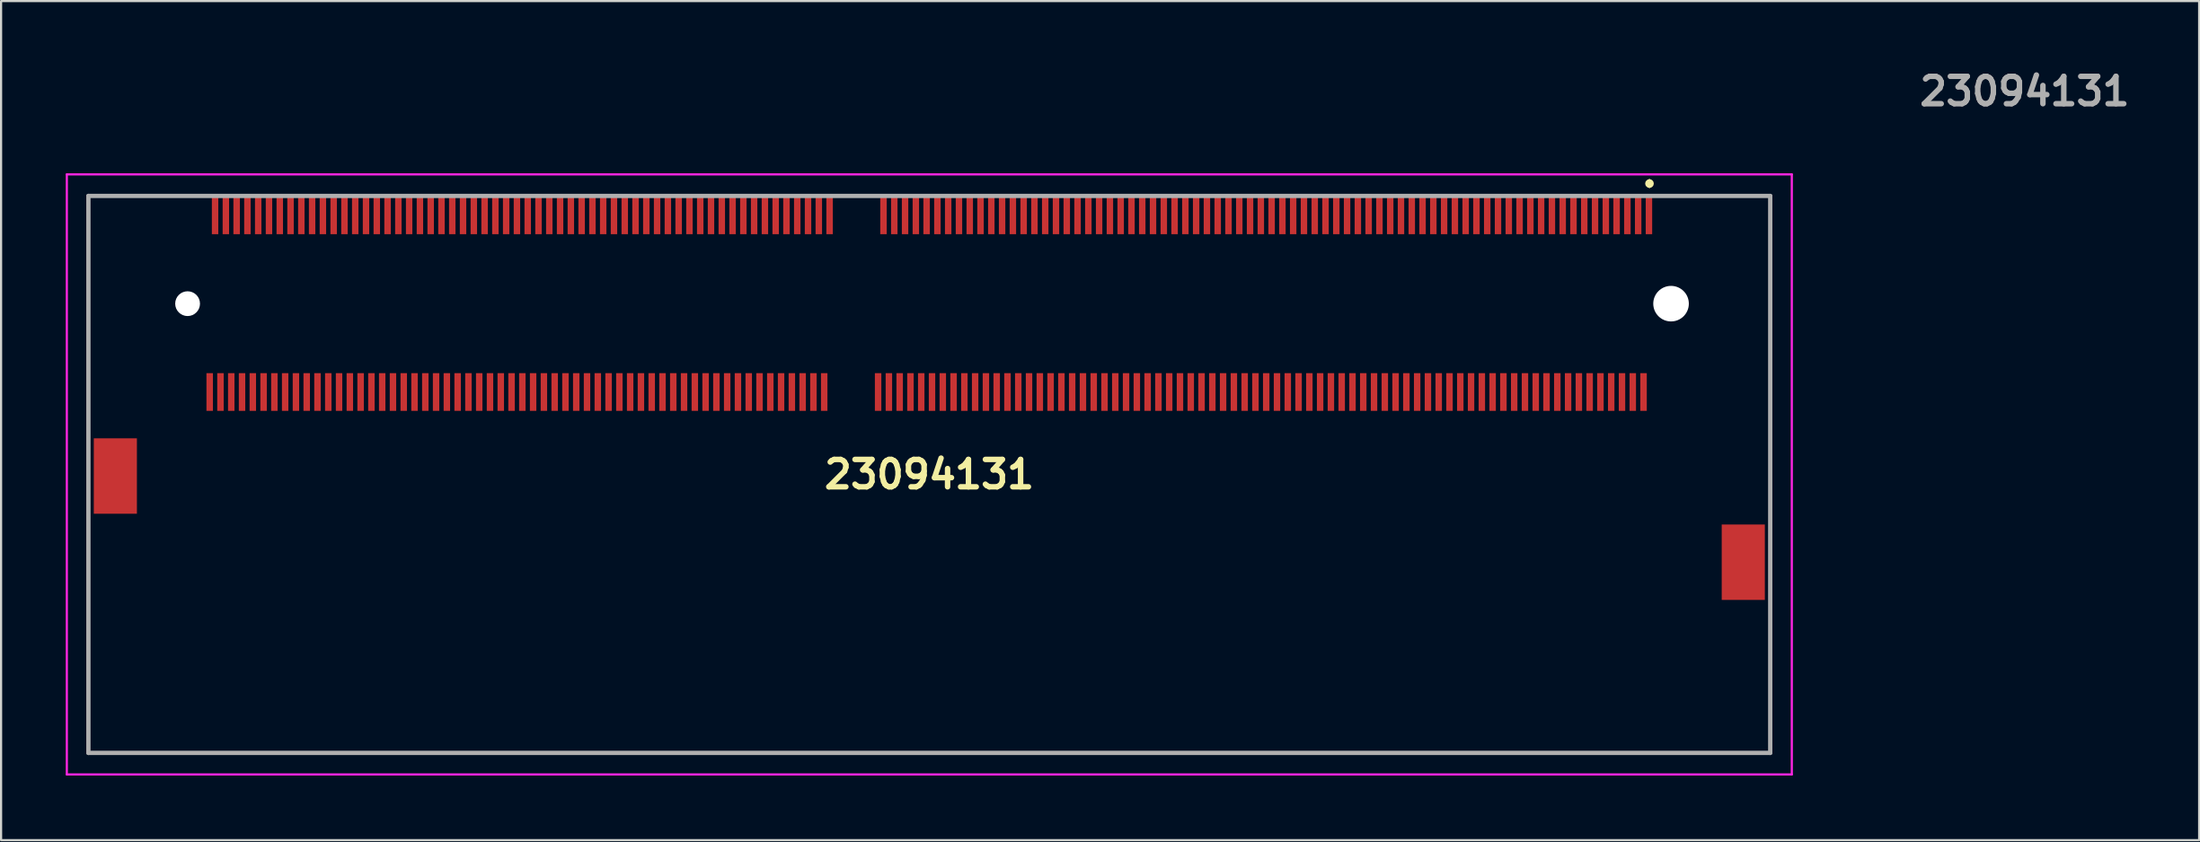
<source format=kicad_pcb>
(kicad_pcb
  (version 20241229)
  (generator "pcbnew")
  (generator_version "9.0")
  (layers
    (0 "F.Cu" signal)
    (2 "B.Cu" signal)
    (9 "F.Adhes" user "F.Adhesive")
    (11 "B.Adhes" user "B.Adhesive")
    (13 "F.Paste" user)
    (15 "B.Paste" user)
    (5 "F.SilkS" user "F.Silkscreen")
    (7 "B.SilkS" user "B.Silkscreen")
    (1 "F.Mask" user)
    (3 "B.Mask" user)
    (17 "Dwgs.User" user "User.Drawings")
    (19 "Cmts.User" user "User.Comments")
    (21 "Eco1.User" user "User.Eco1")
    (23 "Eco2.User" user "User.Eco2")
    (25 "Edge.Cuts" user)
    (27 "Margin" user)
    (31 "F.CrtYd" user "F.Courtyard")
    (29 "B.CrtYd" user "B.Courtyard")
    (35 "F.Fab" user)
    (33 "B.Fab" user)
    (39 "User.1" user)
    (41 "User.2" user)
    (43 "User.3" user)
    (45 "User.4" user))
  (footprint "23094131"
    (layer "F.Cu")
    (at 40.05 18.969)
    (property "Reference" "23094131" (at 0 0 0) (layer "F.SilkS") (effects (font (size 1.27 1.27) (thickness 0.254))))
    (attr through_hole)
    (fp_line (start -39 -12.925) (end -39 -2.925) (stroke (width 0.1) (type solid)) (layer "F.SilkS"))
    (fp_line (start -39 3.075) (end -39 12.925) (stroke (width 0.1) (type solid)) (layer "F.SilkS"))
    (fp_line (start -39 12.925) (end 39 12.925) (stroke (width 0.1) (type solid)) (layer "F.SilkS"))
    (fp_line (start -35 -12.925) (end -39 -12.925) (stroke (width 0.1) (type solid)) (layer "F.SilkS"))
    (fp_line (start 33.4 -13.6) (end 33.4 -13.6) (stroke (width 0.2) (type solid)) (layer "F.SilkS"))
    (fp_line (start 33.4 -13.4) (end 33.4 -13.4) (stroke (width 0.2) (type solid)) (layer "F.SilkS"))
    (fp_line (start 39 -12.925) (end 35 -12.925) (stroke (width 0.1) (type solid)) (layer "F.SilkS"))
    (fp_line (start 39 1.075) (end 39 -12.925) (stroke (width 0.1) (type solid)) (layer "F.SilkS"))
    (fp_line (start 39 12.925) (end 39 7.075) (stroke (width 0.1) (type solid)) (layer "F.SilkS"))
    (fp_arc (start 33.4 -13.6) (mid 33.5 -13.5) (end 33.4 -13.4) (stroke (width 0.2) (type solid)) (layer "F.SilkS"))
    (fp_arc (start 33.4 -13.4) (mid 33.3 -13.5) (end 33.4 -13.6) (stroke (width 0.2) (type solid)) (layer "F.SilkS"))
    (fp_line (start -40 -13.925) (end 40 -13.925) (stroke (width 0.1) (type solid)) (layer "F.CrtYd"))
    (fp_line (start -40 13.925) (end -40 -13.925) (stroke (width 0.1) (type solid)) (layer "F.CrtYd"))
    (fp_line (start 40 -13.925) (end 40 13.925) (stroke (width 0.1) (type solid)) (layer "F.CrtYd"))
    (fp_line (start 40 13.925) (end -40 13.925) (stroke (width 0.1) (type solid)) (layer "F.CrtYd"))
    (fp_line (start -39 -12.925) (end 39 -12.925) (stroke (width 0.2) (type solid)) (layer "F.Fab"))
    (fp_line (start -39 12.925) (end -39 -12.925) (stroke (width 0.2) (type solid)) (layer "F.Fab"))
    (fp_line (start 39 -12.925) (end 39 12.925) (stroke (width 0.2) (type solid)) (layer "F.Fab"))
    (fp_line (start 39 12.925) (end -39 12.925) (stroke (width 0.2) (type solid)) (layer "F.Fab"))
    (fp_text user "${REFERENCE}" (at 50.8 -17.78 0) (layer "F.Fab") (effects (font (size 1.27 1.27) (thickness 0.254))))
    (pad "" np_thru_hole circle (at -34.4 -7.925) (size 1.15 1.15) (drill 1.15) (layers "*.Cu" "*.Mask"))
    (pad "" np_thru_hole circle (at 34.4 -7.925) (size 1.65 1.65) (drill 1.65) (layers "*.Cu" "*.Mask"))
    (pad "1" smd rect (at 33.375 -12.025) (size 0.3 1.75) (layers "F.Cu" "F.Mask" "F.Paste"))
    (pad "2" smd rect (at 33.125 -3.825) (size 0.3 1.75) (layers "F.Cu" "F.Mask" "F.Paste"))
    (pad "3" smd rect (at 32.875 -12.025) (size 0.3 1.75) (layers "F.Cu" "F.Mask" "F.Paste"))
    (pad "4" smd rect (at 32.625 -3.825) (size 0.3 1.75) (layers "F.Cu" "F.Mask" "F.Paste"))
    (pad "5" smd rect (at 32.375 -12.025) (size 0.3 1.75) (layers "F.Cu" "F.Mask" "F.Paste"))
    (pad "6" smd rect (at 32.125 -3.825) (size 0.3 1.75) (layers "F.Cu" "F.Mask" "F.Paste"))
    (pad "7" smd rect (at 31.875 -12.025) (size 0.3 1.75) (layers "F.Cu" "F.Mask" "F.Paste"))
    (pad "8" smd rect (at 31.625 -3.825) (size 0.3 1.75) (layers "F.Cu" "F.Mask" "F.Paste"))
    (pad "9" smd rect (at 31.375 -12.025) (size 0.3 1.75) (layers "F.Cu" "F.Mask" "F.Paste"))
    (pad "10" smd rect (at 31.125 -3.825) (size 0.3 1.75) (layers "F.Cu" "F.Mask" "F.Paste"))
    (pad "11" smd rect (at 30.875 -12.025) (size 0.3 1.75) (layers "F.Cu" "F.Mask" "F.Paste"))
    (pad "12" smd rect (at 30.625 -3.825) (size 0.3 1.75) (layers "F.Cu" "F.Mask" "F.Paste"))
    (pad "13" smd rect (at 30.375 -12.025) (size 0.3 1.75) (layers "F.Cu" "F.Mask" "F.Paste"))
    (pad "14" smd rect (at 30.125 -3.825) (size 0.3 1.75) (layers "F.Cu" "F.Mask" "F.Paste"))
    (pad "15" smd rect (at 29.875 -12.025) (size 0.3 1.75) (layers "F.Cu" "F.Mask" "F.Paste"))
    (pad "16" smd rect (at 29.625 -3.825) (size 0.3 1.75) (layers "F.Cu" "F.Mask" "F.Paste"))
    (pad "17" smd rect (at 29.375 -12.025) (size 0.3 1.75) (layers "F.Cu" "F.Mask" "F.Paste"))
    (pad "18" smd rect (at 29.125 -3.825) (size 0.3 1.75) (layers "F.Cu" "F.Mask" "F.Paste"))
    (pad "19" smd rect (at 28.875 -12.025) (size 0.3 1.75) (layers "F.Cu" "F.Mask" "F.Paste"))
    (pad "20" smd rect (at 28.625 -3.825) (size 0.3 1.75) (layers "F.Cu" "F.Mask" "F.Paste"))
    (pad "21" smd rect (at 28.375 -12.025) (size 0.3 1.75) (layers "F.Cu" "F.Mask" "F.Paste"))
    (pad "22" smd rect (at 28.125 -3.825) (size 0.3 1.75) (layers "F.Cu" "F.Mask" "F.Paste"))
    (pad "23" smd rect (at 27.875 -12.025) (size 0.3 1.75) (layers "F.Cu" "F.Mask" "F.Paste"))
    (pad "24" smd rect (at 27.625 -3.825) (size 0.3 1.75) (layers "F.Cu" "F.Mask" "F.Paste"))
    (pad "25" smd rect (at 27.375 -12.025) (size 0.3 1.75) (layers "F.Cu" "F.Mask" "F.Paste"))
    (pad "26" smd rect (at 27.125 -3.825) (size 0.3 1.75) (layers "F.Cu" "F.Mask" "F.Paste"))
    (pad "27" smd rect (at 26.875 -12.025) (size 0.3 1.75) (layers "F.Cu" "F.Mask" "F.Paste"))
    (pad "28" smd rect (at 26.625 -3.825) (size 0.3 1.75) (layers "F.Cu" "F.Mask" "F.Paste"))
    (pad "29" smd rect (at 26.375 -12.025) (size 0.3 1.75) (layers "F.Cu" "F.Mask" "F.Paste"))
    (pad "30" smd rect (at 26.125 -3.825) (size 0.3 1.75) (layers "F.Cu" "F.Mask" "F.Paste"))
    (pad "31" smd rect (at 25.875 -12.025) (size 0.3 1.75) (layers "F.Cu" "F.Mask" "F.Paste"))
    (pad "32" smd rect (at 25.625 -3.825) (size 0.3 1.75) (layers "F.Cu" "F.Mask" "F.Paste"))
    (pad "33" smd rect (at 25.375 -12.025) (size 0.3 1.75) (layers "F.Cu" "F.Mask" "F.Paste"))
    (pad "34" smd rect (at 25.125 -3.825) (size 0.3 1.75) (layers "F.Cu" "F.Mask" "F.Paste"))
    (pad "35" smd rect (at 24.875 -12.025) (size 0.3 1.75) (layers "F.Cu" "F.Mask" "F.Paste"))
    (pad "36" smd rect (at 24.625 -3.825) (size 0.3 1.75) (layers "F.Cu" "F.Mask" "F.Paste"))
    (pad "37" smd rect (at 24.375 -12.025) (size 0.3 1.75) (layers "F.Cu" "F.Mask" "F.Paste"))
    (pad "38" smd rect (at 24.125 -3.825) (size 0.3 1.75) (layers "F.Cu" "F.Mask" "F.Paste"))
    (pad "39" smd rect (at 23.875 -12.025) (size 0.3 1.75) (layers "F.Cu" "F.Mask" "F.Paste"))
    (pad "40" smd rect (at 23.625 -3.825) (size 0.3 1.75) (layers "F.Cu" "F.Mask" "F.Paste"))
    (pad "41" smd rect (at 23.375 -12.025) (size 0.3 1.75) (layers "F.Cu" "F.Mask" "F.Paste"))
    (pad "42" smd rect (at 23.125 -3.825) (size 0.3 1.75) (layers "F.Cu" "F.Mask" "F.Paste"))
    (pad "43" smd rect (at 22.875 -12.025) (size 0.3 1.75) (layers "F.Cu" "F.Mask" "F.Paste"))
    (pad "44" smd rect (at 22.625 -3.825) (size 0.3 1.75) (layers "F.Cu" "F.Mask" "F.Paste"))
    (pad "45" smd rect (at 22.375 -12.025) (size 0.3 1.75) (layers "F.Cu" "F.Mask" "F.Paste"))
    (pad "46" smd rect (at 22.125 -3.825) (size 0.3 1.75) (layers "F.Cu" "F.Mask" "F.Paste"))
    (pad "47" smd rect (at 21.875 -12.025) (size 0.3 1.75) (layers "F.Cu" "F.Mask" "F.Paste"))
    (pad "48" smd rect (at 21.625 -3.825) (size 0.3 1.75) (layers "F.Cu" "F.Mask" "F.Paste"))
    (pad "49" smd rect (at 21.375 -12.025) (size 0.3 1.75) (layers "F.Cu" "F.Mask" "F.Paste"))
    (pad "50" smd rect (at 21.125 -3.825) (size 0.3 1.75) (layers "F.Cu" "F.Mask" "F.Paste"))
    (pad "51" smd rect (at 20.875 -12.025) (size 0.3 1.75) (layers "F.Cu" "F.Mask" "F.Paste"))
    (pad "52" smd rect (at 20.625 -3.825) (size 0.3 1.75) (layers "F.Cu" "F.Mask" "F.Paste"))
    (pad "53" smd rect (at 20.375 -12.025) (size 0.3 1.75) (layers "F.Cu" "F.Mask" "F.Paste"))
    (pad "54" smd rect (at 20.125 -3.825) (size 0.3 1.75) (layers "F.Cu" "F.Mask" "F.Paste"))
    (pad "55" smd rect (at 19.875 -12.025) (size 0.3 1.75) (layers "F.Cu" "F.Mask" "F.Paste"))
    (pad "56" smd rect (at 19.625 -3.825) (size 0.3 1.75) (layers "F.Cu" "F.Mask" "F.Paste"))
    (pad "57" smd rect (at 19.375 -12.025) (size 0.3 1.75) (layers "F.Cu" "F.Mask" "F.Paste"))
    (pad "58" smd rect (at 19.125 -3.825) (size 0.3 1.75) (layers "F.Cu" "F.Mask" "F.Paste"))
    (pad "59" smd rect (at 18.875 -12.025) (size 0.3 1.75) (layers "F.Cu" "F.Mask" "F.Paste"))
    (pad "60" smd rect (at 18.625 -3.825) (size 0.3 1.75) (layers "F.Cu" "F.Mask" "F.Paste"))
    (pad "61" smd rect (at 18.375 -12.025) (size 0.3 1.75) (layers "F.Cu" "F.Mask" "F.Paste"))
    (pad "62" smd rect (at 18.125 -3.825) (size 0.3 1.75) (layers "F.Cu" "F.Mask" "F.Paste"))
    (pad "63" smd rect (at 17.875 -12.025) (size 0.3 1.75) (layers "F.Cu" "F.Mask" "F.Paste"))
    (pad "64" smd rect (at 17.625 -3.825) (size 0.3 1.75) (layers "F.Cu" "F.Mask" "F.Paste"))
    (pad "65" smd rect (at 17.375 -12.025) (size 0.3 1.75) (layers "F.Cu" "F.Mask" "F.Paste"))
    (pad "66" smd rect (at 17.125 -3.825) (size 0.3 1.75) (layers "F.Cu" "F.Mask" "F.Paste"))
    (pad "67" smd rect (at 16.875 -12.025) (size 0.3 1.75) (layers "F.Cu" "F.Mask" "F.Paste"))
    (pad "68" smd rect (at 16.625 -3.825) (size 0.3 1.75) (layers "F.Cu" "F.Mask" "F.Paste"))
    (pad "69" smd rect (at 16.375 -12.025) (size 0.3 1.75) (layers "F.Cu" "F.Mask" "F.Paste"))
    (pad "70" smd rect (at 16.125 -3.825) (size 0.3 1.75) (layers "F.Cu" "F.Mask" "F.Paste"))
    (pad "71" smd rect (at 15.875 -12.025) (size 0.3 1.75) (layers "F.Cu" "F.Mask" "F.Paste"))
    (pad "72" smd rect (at 15.625 -3.825) (size 0.3 1.75) (layers "F.Cu" "F.Mask" "F.Paste"))
    (pad "73" smd rect (at 15.375 -12.025) (size 0.3 1.75) (layers "F.Cu" "F.Mask" "F.Paste"))
    (pad "74" smd rect (at 15.125 -3.825) (size 0.3 1.75) (layers "F.Cu" "F.Mask" "F.Paste"))
    (pad "75" smd rect (at 14.875 -12.025) (size 0.3 1.75) (layers "F.Cu" "F.Mask" "F.Paste"))
    (pad "76" smd rect (at 14.625 -3.825) (size 0.3 1.75) (layers "F.Cu" "F.Mask" "F.Paste"))
    (pad "77" smd rect (at 14.375 -12.025) (size 0.3 1.75) (layers "F.Cu" "F.Mask" "F.Paste"))
    (pad "78" smd rect (at 14.125 -3.825) (size 0.3 1.75) (layers "F.Cu" "F.Mask" "F.Paste"))
    (pad "79" smd rect (at 13.875 -12.025) (size 0.3 1.75) (layers "F.Cu" "F.Mask" "F.Paste"))
    (pad "80" smd rect (at 13.625 -3.825) (size 0.3 1.75) (layers "F.Cu" "F.Mask" "F.Paste"))
    (pad "81" smd rect (at 13.375 -12.025) (size 0.3 1.75) (layers "F.Cu" "F.Mask" "F.Paste"))
    (pad "82" smd rect (at 13.125 -3.825) (size 0.3 1.75) (layers "F.Cu" "F.Mask" "F.Paste"))
    (pad "83" smd rect (at 12.875 -12.025) (size 0.3 1.75) (layers "F.Cu" "F.Mask" "F.Paste"))
    (pad "84" smd rect (at 12.625 -3.825) (size 0.3 1.75) (layers "F.Cu" "F.Mask" "F.Paste"))
    (pad "85" smd rect (at 12.375 -12.025) (size 0.3 1.75) (layers "F.Cu" "F.Mask" "F.Paste"))
    (pad "86" smd rect (at 12.125 -3.825) (size 0.3 1.75) (layers "F.Cu" "F.Mask" "F.Paste"))
    (pad "87" smd rect (at 11.875 -12.025) (size 0.3 1.75) (layers "F.Cu" "F.Mask" "F.Paste"))
    (pad "88" smd rect (at 11.625 -3.825) (size 0.3 1.75) (layers "F.Cu" "F.Mask" "F.Paste"))
    (pad "89" smd rect (at 11.375 -12.025) (size 0.3 1.75) (layers "F.Cu" "F.Mask" "F.Paste"))
    (pad "90" smd rect (at 11.125 -3.825) (size 0.3 1.75) (layers "F.Cu" "F.Mask" "F.Paste"))
    (pad "91" smd rect (at 10.875 -12.025) (size 0.3 1.75) (layers "F.Cu" "F.Mask" "F.Paste"))
    (pad "92" smd rect (at 10.625 -3.825) (size 0.3 1.75) (layers "F.Cu" "F.Mask" "F.Paste"))
    (pad "93" smd rect (at 10.375 -12.025) (size 0.3 1.75) (layers "F.Cu" "F.Mask" "F.Paste"))
    (pad "94" smd rect (at 10.125 -3.825) (size 0.3 1.75) (layers "F.Cu" "F.Mask" "F.Paste"))
    (pad "95" smd rect (at 9.875 -12.025) (size 0.3 1.75) (layers "F.Cu" "F.Mask" "F.Paste"))
    (pad "96" smd rect (at 9.625 -3.825) (size 0.3 1.75) (layers "F.Cu" "F.Mask" "F.Paste"))
    (pad "97" smd rect (at 9.375 -12.025) (size 0.3 1.75) (layers "F.Cu" "F.Mask" "F.Paste"))
    (pad "98" smd rect (at 9.125 -3.825) (size 0.3 1.75) (layers "F.Cu" "F.Mask" "F.Paste"))
    (pad "99" smd rect (at 8.875 -12.025) (size 0.3 1.75) (layers "F.Cu" "F.Mask" "F.Paste"))
    (pad "100" smd rect (at 8.625 -3.825) (size 0.3 1.75) (layers "F.Cu" "F.Mask" "F.Paste"))
    (pad "101" smd rect (at 8.375 -12.025) (size 0.3 1.75) (layers "F.Cu" "F.Mask" "F.Paste"))
    (pad "102" smd rect (at 8.125 -3.825) (size 0.3 1.75) (layers "F.Cu" "F.Mask" "F.Paste"))
    (pad "103" smd rect (at 7.875 -12.025) (size 0.3 1.75) (layers "F.Cu" "F.Mask" "F.Paste"))
    (pad "104" smd rect (at 7.625 -3.825) (size 0.3 1.75) (layers "F.Cu" "F.Mask" "F.Paste"))
    (pad "105" smd rect (at 7.375 -12.025) (size 0.3 1.75) (layers "F.Cu" "F.Mask" "F.Paste"))
    (pad "106" smd rect (at 7.125 -3.825) (size 0.3 1.75) (layers "F.Cu" "F.Mask" "F.Paste"))
    (pad "107" smd rect (at 6.875 -12.025) (size 0.3 1.75) (layers "F.Cu" "F.Mask" "F.Paste"))
    (pad "108" smd rect (at 6.625 -3.825) (size 0.3 1.75) (layers "F.Cu" "F.Mask" "F.Paste"))
    (pad "109" smd rect (at 6.375 -12.025) (size 0.3 1.75) (layers "F.Cu" "F.Mask" "F.Paste"))
    (pad "110" smd rect (at 6.125 -3.825) (size 0.3 1.75) (layers "F.Cu" "F.Mask" "F.Paste"))
    (pad "111" smd rect (at 5.875 -12.025) (size 0.3 1.75) (layers "F.Cu" "F.Mask" "F.Paste"))
    (pad "112" smd rect (at 5.625 -3.825) (size 0.3 1.75) (layers "F.Cu" "F.Mask" "F.Paste"))
    (pad "113" smd rect (at 5.375 -12.025) (size 0.3 1.75) (layers "F.Cu" "F.Mask" "F.Paste"))
    (pad "114" smd rect (at 5.125 -3.825) (size 0.3 1.75) (layers "F.Cu" "F.Mask" "F.Paste"))
    (pad "115" smd rect (at 4.875 -12.025) (size 0.3 1.75) (layers "F.Cu" "F.Mask" "F.Paste"))
    (pad "116" smd rect (at 4.625 -3.825) (size 0.3 1.75) (layers "F.Cu" "F.Mask" "F.Paste"))
    (pad "117" smd rect (at 4.375 -12.025) (size 0.3 1.75) (layers "F.Cu" "F.Mask" "F.Paste"))
    (pad "118" smd rect (at 4.125 -3.825) (size 0.3 1.75) (layers "F.Cu" "F.Mask" "F.Paste"))
    (pad "119" smd rect (at 3.875 -12.025) (size 0.3 1.75) (layers "F.Cu" "F.Mask" "F.Paste"))
    (pad "120" smd rect (at 3.625 -3.825) (size 0.3 1.75) (layers "F.Cu" "F.Mask" "F.Paste"))
    (pad "121" smd rect (at 3.375 -12.025) (size 0.3 1.75) (layers "F.Cu" "F.Mask" "F.Paste"))
    (pad "122" smd rect (at 3.125 -3.825) (size 0.3 1.75) (layers "F.Cu" "F.Mask" "F.Paste"))
    (pad "123" smd rect (at 2.875 -12.025) (size 0.3 1.75) (layers "F.Cu" "F.Mask" "F.Paste"))
    (pad "124" smd rect (at 2.625 -3.825) (size 0.3 1.75) (layers "F.Cu" "F.Mask" "F.Paste"))
    (pad "125" smd rect (at 2.375 -12.025) (size 0.3 1.75) (layers "F.Cu" "F.Mask" "F.Paste"))
    (pad "126" smd rect (at 2.125 -3.825) (size 0.3 1.75) (layers "F.Cu" "F.Mask" "F.Paste"))
    (pad "127" smd rect (at 1.875 -12.025) (size 0.3 1.75) (layers "F.Cu" "F.Mask" "F.Paste"))
    (pad "128" smd rect (at 1.625 -3.825) (size 0.3 1.75) (layers "F.Cu" "F.Mask" "F.Paste"))
    (pad "129" smd rect (at 1.375 -12.025) (size 0.3 1.75) (layers "F.Cu" "F.Mask" "F.Paste"))
    (pad "130" smd rect (at 1.125 -3.825) (size 0.3 1.75) (layers "F.Cu" "F.Mask" "F.Paste"))
    (pad "131" smd rect (at 0.875 -12.025) (size 0.3 1.75) (layers "F.Cu" "F.Mask" "F.Paste"))
    (pad "132" smd rect (at 0.625 -3.825) (size 0.3 1.75) (layers "F.Cu" "F.Mask" "F.Paste"))
    (pad "133" smd rect (at 0.375 -12.025) (size 0.3 1.75) (layers "F.Cu" "F.Mask" "F.Paste"))
    (pad "134" smd rect (at 0.125 -3.825) (size 0.3 1.75) (layers "F.Cu" "F.Mask" "F.Paste"))
    (pad "135" smd rect (at -0.125 -12.025) (size 0.3 1.75) (layers "F.Cu" "F.Mask" "F.Paste"))
    (pad "136" smd rect (at -0.375 -3.825) (size 0.3 1.75) (layers "F.Cu" "F.Mask" "F.Paste"))
    (pad "137" smd rect (at -0.625 -12.025) (size 0.3 1.75) (layers "F.Cu" "F.Mask" "F.Paste"))
    (pad "138" smd rect (at -0.875 -3.825) (size 0.3 1.75) (layers "F.Cu" "F.Mask" "F.Paste"))
    (pad "139" smd rect (at -1.125 -12.025) (size 0.3 1.75) (layers "F.Cu" "F.Mask" "F.Paste"))
    (pad "140" smd rect (at -1.375 -3.825) (size 0.3 1.75) (layers "F.Cu" "F.Mask" "F.Paste"))
    (pad "141" smd rect (at -1.625 -12.025) (size 0.3 1.75) (layers "F.Cu" "F.Mask" "F.Paste"))
    (pad "142" smd rect (at -1.875 -3.825) (size 0.3 1.75) (layers "F.Cu" "F.Mask" "F.Paste"))
    (pad "143" smd rect (at -2.125 -12.025) (size 0.3 1.75) (layers "F.Cu" "F.Mask" "F.Paste"))
    (pad "144" smd rect (at -2.375 -3.825) (size 0.3 1.75) (layers "F.Cu" "F.Mask" "F.Paste"))
    (pad "145" smd rect (at -4.625 -12.025) (size 0.3 1.75) (layers "F.Cu" "F.Mask" "F.Paste"))
    (pad "146" smd rect (at -4.875 -3.825) (size 0.3 1.75) (layers "F.Cu" "F.Mask" "F.Paste"))
    (pad "147" smd rect (at -5.125 -12.025) (size 0.3 1.75) (layers "F.Cu" "F.Mask" "F.Paste"))
    (pad "148" smd rect (at -5.375 -3.825) (size 0.3 1.75) (layers "F.Cu" "F.Mask" "F.Paste"))
    (pad "149" smd rect (at -5.625 -12.025) (size 0.3 1.75) (layers "F.Cu" "F.Mask" "F.Paste"))
    (pad "150" smd rect (at -5.875 -3.825) (size 0.3 1.75) (layers "F.Cu" "F.Mask" "F.Paste"))
    (pad "151" smd rect (at -6.125 -12.025) (size 0.3 1.75) (layers "F.Cu" "F.Mask" "F.Paste"))
    (pad "152" smd rect (at -6.375 -3.825) (size 0.3 1.75) (layers "F.Cu" "F.Mask" "F.Paste"))
    (pad "153" smd rect (at -6.625 -12.025) (size 0.3 1.75) (layers "F.Cu" "F.Mask" "F.Paste"))
    (pad "154" smd rect (at -6.875 -3.825) (size 0.3 1.75) (layers "F.Cu" "F.Mask" "F.Paste"))
    (pad "155" smd rect (at -7.125 -12.025) (size 0.3 1.75) (layers "F.Cu" "F.Mask" "F.Paste"))
    (pad "156" smd rect (at -7.375 -3.825) (size 0.3 1.75) (layers "F.Cu" "F.Mask" "F.Paste"))
    (pad "157" smd rect (at -7.625 -12.025) (size 0.3 1.75) (layers "F.Cu" "F.Mask" "F.Paste"))
    (pad "158" smd rect (at -7.875 -3.825) (size 0.3 1.75) (layers "F.Cu" "F.Mask" "F.Paste"))
    (pad "159" smd rect (at -8.125 -12.025) (size 0.3 1.75) (layers "F.Cu" "F.Mask" "F.Paste"))
    (pad "160" smd rect (at -8.375 -3.825) (size 0.3 1.75) (layers "F.Cu" "F.Mask" "F.Paste"))
    (pad "161" smd rect (at -8.625 -12.025) (size 0.3 1.75) (layers "F.Cu" "F.Mask" "F.Paste"))
    (pad "162" smd rect (at -8.875 -3.825) (size 0.3 1.75) (layers "F.Cu" "F.Mask" "F.Paste"))
    (pad "163" smd rect (at -9.125 -12.025) (size 0.3 1.75) (layers "F.Cu" "F.Mask" "F.Paste"))
    (pad "164" smd rect (at -9.375 -3.825) (size 0.3 1.75) (layers "F.Cu" "F.Mask" "F.Paste"))
    (pad "165" smd rect (at -9.625 -12.025) (size 0.3 1.75) (layers "F.Cu" "F.Mask" "F.Paste"))
    (pad "166" smd rect (at -9.875 -3.825) (size 0.3 1.75) (layers "F.Cu" "F.Mask" "F.Paste"))
    (pad "167" smd rect (at -10.125 -12.025) (size 0.3 1.75) (layers "F.Cu" "F.Mask" "F.Paste"))
    (pad "168" smd rect (at -10.375 -3.825) (size 0.3 1.75) (layers "F.Cu" "F.Mask" "F.Paste"))
    (pad "169" smd rect (at -10.625 -12.025) (size 0.3 1.75) (layers "F.Cu" "F.Mask" "F.Paste"))
    (pad "170" smd rect (at -10.875 -3.825) (size 0.3 1.75) (layers "F.Cu" "F.Mask" "F.Paste"))
    (pad "171" smd rect (at -11.125 -12.025) (size 0.3 1.75) (layers "F.Cu" "F.Mask" "F.Paste"))
    (pad "172" smd rect (at -11.375 -3.825) (size 0.3 1.75) (layers "F.Cu" "F.Mask" "F.Paste"))
    (pad "173" smd rect (at -11.625 -12.025) (size 0.3 1.75) (layers "F.Cu" "F.Mask" "F.Paste"))
    (pad "174" smd rect (at -11.875 -3.825) (size 0.3 1.75) (layers "F.Cu" "F.Mask" "F.Paste"))
    (pad "175" smd rect (at -12.125 -12.025) (size 0.3 1.75) (layers "F.Cu" "F.Mask" "F.Paste"))
    (pad "176" smd rect (at -12.375 -3.825) (size 0.3 1.75) (layers "F.Cu" "F.Mask" "F.Paste"))
    (pad "177" smd rect (at -12.625 -12.025) (size 0.3 1.75) (layers "F.Cu" "F.Mask" "F.Paste"))
    (pad "178" smd rect (at -12.875 -3.825) (size 0.3 1.75) (layers "F.Cu" "F.Mask" "F.Paste"))
    (pad "179" smd rect (at -13.125 -12.025) (size 0.3 1.75) (layers "F.Cu" "F.Mask" "F.Paste"))
    (pad "180" smd rect (at -13.375 -3.825) (size 0.3 1.75) (layers "F.Cu" "F.Mask" "F.Paste"))
    (pad "181" smd rect (at -13.625 -12.025) (size 0.3 1.75) (layers "F.Cu" "F.Mask" "F.Paste"))
    (pad "182" smd rect (at -13.875 -3.825) (size 0.3 1.75) (layers "F.Cu" "F.Mask" "F.Paste"))
    (pad "183" smd rect (at -14.125 -12.025) (size 0.3 1.75) (layers "F.Cu" "F.Mask" "F.Paste"))
    (pad "184" smd rect (at -14.375 -3.825) (size 0.3 1.75) (layers "F.Cu" "F.Mask" "F.Paste"))
    (pad "185" smd rect (at -14.625 -12.025) (size 0.3 1.75) (layers "F.Cu" "F.Mask" "F.Paste"))
    (pad "186" smd rect (at -14.875 -3.825) (size 0.3 1.75) (layers "F.Cu" "F.Mask" "F.Paste"))
    (pad "187" smd rect (at -15.125 -12.025) (size 0.3 1.75) (layers "F.Cu" "F.Mask" "F.Paste"))
    (pad "188" smd rect (at -15.375 -3.825) (size 0.3 1.75) (layers "F.Cu" "F.Mask" "F.Paste"))
    (pad "189" smd rect (at -15.625 -12.025) (size 0.3 1.75) (layers "F.Cu" "F.Mask" "F.Paste"))
    (pad "190" smd rect (at -15.875 -3.825) (size 0.3 1.75) (layers "F.Cu" "F.Mask" "F.Paste"))
    (pad "191" smd rect (at -16.125 -12.025) (size 0.3 1.75) (layers "F.Cu" "F.Mask" "F.Paste"))
    (pad "192" smd rect (at -16.375 -3.825) (size 0.3 1.75) (layers "F.Cu" "F.Mask" "F.Paste"))
    (pad "193" smd rect (at -16.625 -12.025) (size 0.3 1.75) (layers "F.Cu" "F.Mask" "F.Paste"))
    (pad "194" smd rect (at -16.875 -3.825) (size 0.3 1.75) (layers "F.Cu" "F.Mask" "F.Paste"))
    (pad "195" smd rect (at -17.125 -12.025) (size 0.3 1.75) (layers "F.Cu" "F.Mask" "F.Paste"))
    (pad "196" smd rect (at -17.375 -3.825) (size 0.3 1.75) (layers "F.Cu" "F.Mask" "F.Paste"))
    (pad "197" smd rect (at -17.625 -12.025) (size 0.3 1.75) (layers "F.Cu" "F.Mask" "F.Paste"))
    (pad "198" smd rect (at -17.875 -3.825) (size 0.3 1.75) (layers "F.Cu" "F.Mask" "F.Paste"))
    (pad "199" smd rect (at -18.125 -12.025) (size 0.3 1.75) (layers "F.Cu" "F.Mask" "F.Paste"))
    (pad "200" smd rect (at -18.375 -3.825) (size 0.3 1.75) (layers "F.Cu" "F.Mask" "F.Paste"))
    (pad "201" smd rect (at -18.625 -12.025) (size 0.3 1.75) (layers "F.Cu" "F.Mask" "F.Paste"))
    (pad "202" smd rect (at -18.875 -3.825) (size 0.3 1.75) (layers "F.Cu" "F.Mask" "F.Paste"))
    (pad "203" smd rect (at -19.125 -12.025) (size 0.3 1.75) (layers "F.Cu" "F.Mask" "F.Paste"))
    (pad "204" smd rect (at -19.375 -3.825) (size 0.3 1.75) (layers "F.Cu" "F.Mask" "F.Paste"))
    (pad "205" smd rect (at -19.625 -12.025) (size 0.3 1.75) (layers "F.Cu" "F.Mask" "F.Paste"))
    (pad "206" smd rect (at -19.875 -3.825) (size 0.3 1.75) (layers "F.Cu" "F.Mask" "F.Paste"))
    (pad "207" smd rect (at -20.125 -12.025) (size 0.3 1.75) (layers "F.Cu" "F.Mask" "F.Paste"))
    (pad "208" smd rect (at -20.375 -3.825) (size 0.3 1.75) (layers "F.Cu" "F.Mask" "F.Paste"))
    (pad "209" smd rect (at -20.625 -12.025) (size 0.3 1.75) (layers "F.Cu" "F.Mask" "F.Paste"))
    (pad "210" smd rect (at -20.875 -3.825) (size 0.3 1.75) (layers "F.Cu" "F.Mask" "F.Paste"))
    (pad "211" smd rect (at -21.125 -12.025) (size 0.3 1.75) (layers "F.Cu" "F.Mask" "F.Paste"))
    (pad "212" smd rect (at -21.375 -3.825) (size 0.3 1.75) (layers "F.Cu" "F.Mask" "F.Paste"))
    (pad "213" smd rect (at -21.625 -12.025) (size 0.3 1.75) (layers "F.Cu" "F.Mask" "F.Paste"))
    (pad "214" smd rect (at -21.875 -3.825) (size 0.3 1.75) (layers "F.Cu" "F.Mask" "F.Paste"))
    (pad "215" smd rect (at -22.125 -12.025) (size 0.3 1.75) (layers "F.Cu" "F.Mask" "F.Paste"))
    (pad "216" smd rect (at -22.375 -3.825) (size 0.3 1.75) (layers "F.Cu" "F.Mask" "F.Paste"))
    (pad "217" smd rect (at -22.625 -12.025) (size 0.3 1.75) (layers "F.Cu" "F.Mask" "F.Paste"))
    (pad "218" smd rect (at -22.875 -3.825) (size 0.3 1.75) (layers "F.Cu" "F.Mask" "F.Paste"))
    (pad "219" smd rect (at -23.125 -12.025) (size 0.3 1.75) (layers "F.Cu" "F.Mask" "F.Paste"))
    (pad "220" smd rect (at -23.375 -3.825) (size 0.3 1.75) (layers "F.Cu" "F.Mask" "F.Paste"))
    (pad "221" smd rect (at -23.625 -12.025) (size 0.3 1.75) (layers "F.Cu" "F.Mask" "F.Paste"))
    (pad "222" smd rect (at -23.875 -3.825) (size 0.3 1.75) (layers "F.Cu" "F.Mask" "F.Paste"))
    (pad "223" smd rect (at -24.125 -12.025) (size 0.3 1.75) (layers "F.Cu" "F.Mask" "F.Paste"))
    (pad "224" smd rect (at -24.375 -3.825) (size 0.3 1.75) (layers "F.Cu" "F.Mask" "F.Paste"))
    (pad "225" smd rect (at -24.625 -12.025) (size 0.3 1.75) (layers "F.Cu" "F.Mask" "F.Paste"))
    (pad "226" smd rect (at -24.875 -3.825) (size 0.3 1.75) (layers "F.Cu" "F.Mask" "F.Paste"))
    (pad "227" smd rect (at -25.125 -12.025) (size 0.3 1.75) (layers "F.Cu" "F.Mask" "F.Paste"))
    (pad "228" smd rect (at -25.375 -3.825) (size 0.3 1.75) (layers "F.Cu" "F.Mask" "F.Paste"))
    (pad "229" smd rect (at -25.625 -12.025) (size 0.3 1.75) (layers "F.Cu" "F.Mask" "F.Paste"))
    (pad "230" smd rect (at -25.875 -3.825) (size 0.3 1.75) (layers "F.Cu" "F.Mask" "F.Paste"))
    (pad "231" smd rect (at -26.125 -12.025) (size 0.3 1.75) (layers "F.Cu" "F.Mask" "F.Paste"))
    (pad "232" smd rect (at -26.375 -3.825) (size 0.3 1.75) (layers "F.Cu" "F.Mask" "F.Paste"))
    (pad "233" smd rect (at -26.625 -12.025) (size 0.3 1.75) (layers "F.Cu" "F.Mask" "F.Paste"))
    (pad "234" smd rect (at -26.875 -3.825) (size 0.3 1.75) (layers "F.Cu" "F.Mask" "F.Paste"))
    (pad "235" smd rect (at -27.125 -12.025) (size 0.3 1.75) (layers "F.Cu" "F.Mask" "F.Paste"))
    (pad "236" smd rect (at -27.375 -3.825) (size 0.3 1.75) (layers "F.Cu" "F.Mask" "F.Paste"))
    (pad "237" smd rect (at -27.625 -12.025) (size 0.3 1.75) (layers "F.Cu" "F.Mask" "F.Paste"))
    (pad "238" smd rect (at -27.875 -3.825) (size 0.3 1.75) (layers "F.Cu" "F.Mask" "F.Paste"))
    (pad "239" smd rect (at -28.125 -12.025) (size 0.3 1.75) (layers "F.Cu" "F.Mask" "F.Paste"))
    (pad "240" smd rect (at -28.375 -3.825) (size 0.3 1.75) (layers "F.Cu" "F.Mask" "F.Paste"))
    (pad "241" smd rect (at -28.625 -12.025) (size 0.3 1.75) (layers "F.Cu" "F.Mask" "F.Paste"))
    (pad "242" smd rect (at -28.875 -3.825) (size 0.3 1.75) (layers "F.Cu" "F.Mask" "F.Paste"))
    (pad "243" smd rect (at -29.125 -12.025) (size 0.3 1.75) (layers "F.Cu" "F.Mask" "F.Paste"))
    (pad "244" smd rect (at -29.375 -3.825) (size 0.3 1.75) (layers "F.Cu" "F.Mask" "F.Paste"))
    (pad "245" smd rect (at -29.625 -12.025) (size 0.3 1.75) (layers "F.Cu" "F.Mask" "F.Paste"))
    (pad "246" smd rect (at -29.875 -3.825) (size 0.3 1.75) (layers "F.Cu" "F.Mask" "F.Paste"))
    (pad "247" smd rect (at -30.125 -12.025) (size 0.3 1.75) (layers "F.Cu" "F.Mask" "F.Paste"))
    (pad "248" smd rect (at -30.375 -3.825) (size 0.3 1.75) (layers "F.Cu" "F.Mask" "F.Paste"))
    (pad "249" smd rect (at -30.625 -12.025) (size 0.3 1.75) (layers "F.Cu" "F.Mask" "F.Paste"))
    (pad "250" smd rect (at -30.875 -3.825) (size 0.3 1.75) (layers "F.Cu" "F.Mask" "F.Paste"))
    (pad "251" smd rect (at -31.125 -12.025) (size 0.3 1.75) (layers "F.Cu" "F.Mask" "F.Paste"))
    (pad "252" smd rect (at -31.375 -3.825) (size 0.3 1.75) (layers "F.Cu" "F.Mask" "F.Paste"))
    (pad "253" smd rect (at -31.625 -12.025) (size 0.3 1.75) (layers "F.Cu" "F.Mask" "F.Paste"))
    (pad "254" smd rect (at -31.875 -3.825) (size 0.3 1.75) (layers "F.Cu" "F.Mask" "F.Paste"))
    (pad "255" smd rect (at -32.125 -12.025) (size 0.3 1.75) (layers "F.Cu" "F.Mask" "F.Paste"))
    (pad "256" smd rect (at -32.375 -3.825) (size 0.3 1.75) (layers "F.Cu" "F.Mask" "F.Paste"))
    (pad "257" smd rect (at -32.625 -12.025) (size 0.3 1.75) (layers "F.Cu" "F.Mask" "F.Paste"))
    (pad "258" smd rect (at -32.875 -3.825) (size 0.3 1.75) (layers "F.Cu" "F.Mask" "F.Paste"))
    (pad "259" smd rect (at -33.125 -12.025) (size 0.3 1.75) (layers "F.Cu" "F.Mask" "F.Paste"))
    (pad "260" smd rect (at -33.375 -3.825) (size 0.3 1.75) (layers "F.Cu" "F.Mask" "F.Paste"))
    (pad "MP1" smd rect (at 37.75 4.075) (size 2 3.5) (layers "F.Cu" "F.Mask" "F.Paste"))
    (pad "MP2" smd rect (at -37.75 0.075) (size 2 3.5) (layers "F.Cu" "F.Mask" "F.Paste")))
  (gr_rect
    (start -3 -3)
    (end 98.942 35.944)
    (stroke (width 0.1) (type default))
    (fill no)
    (layer "Edge.Cuts")))
</source>
